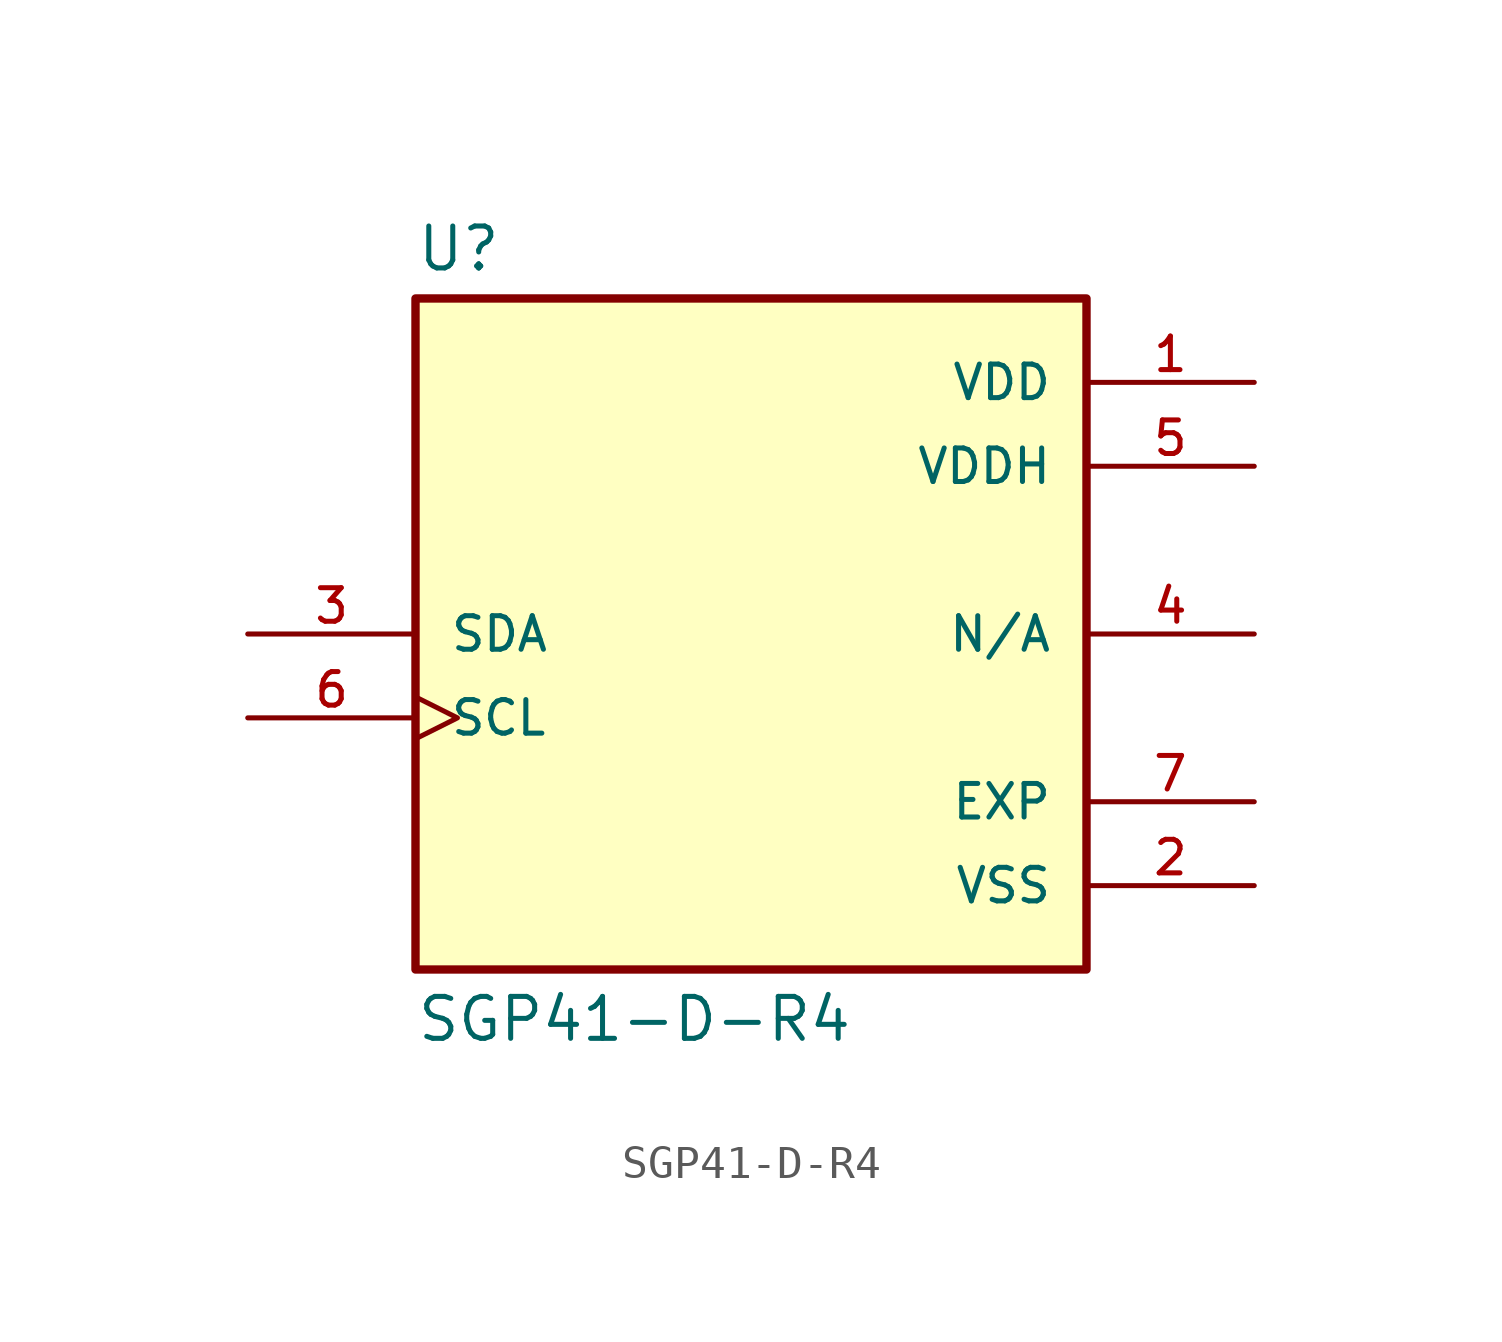
<source format=kicad_sym>
(kicad_symbol_lib
  (version 20211014)
  (generator kicad_symbol_editor)
  (symbol "SGP41-D-R4"
    (pin_names
      (offset 1.016))
    (property "Reference" "U"
      (at -10.16 10.922 0)
      (effects (font (size 1.27 1.27)) (justify bottom left)))
    (property "Value" "SGP41-D-R4"
      (at -10.16 -10.922 0)
      (effects (font (size 1.27 1.27)) (justify top left)))
    (symbol "SGP41-D-R4_0_0"
      (rectangle (start -10.16 -10.16) (end 10.16 10.16) (stroke (width 0.254)) (fill (type background)))
      (pin bidirectional line (at -15.24 0.0 0) (length 5.08) (name "SDA" (effects (font (size 1.016 1.016)))) (number "3" (effects (font (size 1.016 1.016)))))
      (pin bidirectional clock (at -15.24 -2.54 0) (length 5.08) (name "SCL" (effects (font (size 1.016 1.016)))) (number "6" (effects (font (size 1.016 1.016)))))
      (pin power_in line (at 15.24 -7.62 180.0) (length 5.08) (name "VSS" (effects (font (size 1.016 1.016)))) (number "2" (effects (font (size 1.016 1.016)))))
      (pin power_in line (at 15.24 7.62 180.0) (length 5.08) (name "VDD" (effects (font (size 1.016 1.016)))) (number "1" (effects (font (size 1.016 1.016)))))
      (pin power_in line (at 15.24 5.08 180.0) (length 5.08) (name "VDDH" (effects (font (size 1.016 1.016)))) (number "5" (effects (font (size 1.016 1.016)))))
      (pin passive line (at 15.24 0.0 180.0) (length 5.08) (name "N/A" (effects (font (size 1.016 1.016)))) (number "4" (effects (font (size 1.016 1.016)))))
      (pin power_in line (at 15.24 -5.08 180.0) (length 5.08) (name "EXP" (effects (font (size 1.016 1.016)))) (number "7" (effects (font (size 1.016 1.016))))))))
</source>
